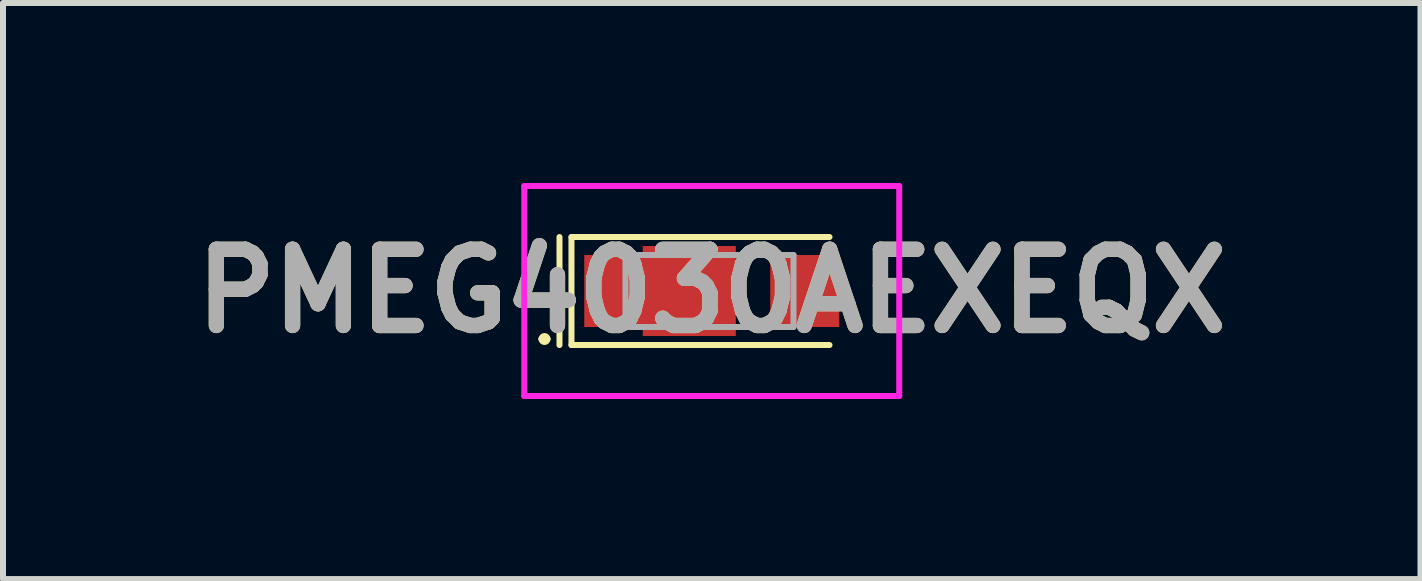
<source format=kicad_pcb>
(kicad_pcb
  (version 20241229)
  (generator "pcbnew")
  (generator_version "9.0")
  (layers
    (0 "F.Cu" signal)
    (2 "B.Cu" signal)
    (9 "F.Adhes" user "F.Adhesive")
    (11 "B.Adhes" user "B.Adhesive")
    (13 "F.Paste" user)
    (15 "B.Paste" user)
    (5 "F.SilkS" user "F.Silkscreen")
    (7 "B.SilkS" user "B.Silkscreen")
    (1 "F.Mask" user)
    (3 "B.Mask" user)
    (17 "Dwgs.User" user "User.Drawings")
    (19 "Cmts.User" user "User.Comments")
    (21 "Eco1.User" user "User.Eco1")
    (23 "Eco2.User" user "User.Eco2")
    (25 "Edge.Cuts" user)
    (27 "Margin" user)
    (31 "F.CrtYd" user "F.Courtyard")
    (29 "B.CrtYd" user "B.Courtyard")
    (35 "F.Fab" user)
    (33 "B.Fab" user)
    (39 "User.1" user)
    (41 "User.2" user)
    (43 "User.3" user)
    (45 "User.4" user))
  (footprint "PMEG4030AEXEQX"
    (layer "F.Cu")
    (at 8.774 1.8)
    (property "Reference" "PMEG4030AEXEQX" (at 0.037 0 0) (layer "F.SilkS") (effects (font (size 1.27 1.27) (thickness 0.254))))
    (attr smd)
    (fp_line (start -2.8 0.8) (end -2.8 0.8) (stroke (width 0.1) (type solid)) (layer "F.SilkS"))
    (fp_line (start -2.7 0.8) (end -2.7 0.8) (stroke (width 0.1) (type solid)) (layer "F.SilkS"))
    (fp_line (start -2.5 -0.9) (end -2.5 0.9) (stroke (width 0.1) (type default)) (layer "F.SilkS"))
    (fp_line (start -2.3 -0.9) (end -2.3 0.9) (stroke (width 0.1) (type default)) (layer "F.SilkS"))
    (fp_line (start 2 -0.9) (end -2.3 -0.9) (stroke (width 0.1) (type default)) (layer "F.SilkS"))
    (fp_line (start 2 0.9) (end -2.3 0.9) (stroke (width 0.1) (type default)) (layer "F.SilkS"))
    (fp_arc (start -2.8 0.8) (mid -2.75 0.75) (end -2.7 0.8) (stroke (width 0.1) (type solid)) (layer "F.SilkS"))
    (fp_arc (start -2.7 0.8) (mid -2.75 0.85) (end -2.8 0.8) (stroke (width 0.1) (type solid)) (layer "F.SilkS"))
    (fp_line (start -3.087 -1.75) (end 3.162 -1.75) (stroke (width 0.1) (type solid)) (layer "F.CrtYd"))
    (fp_line (start -3.087 1.75) (end -3.087 -1.75) (stroke (width 0.1) (type solid)) (layer "F.CrtYd"))
    (fp_line (start 3.162 -1.75) (end 3.162 1.75) (stroke (width 0.1) (type solid)) (layer "F.CrtYd"))
    (fp_line (start 3.162 1.75) (end -3.087 1.75) (stroke (width 0.1) (type solid)) (layer "F.CrtYd"))
    (fp_line (start -1.4 -0.6) (end 1.4 -0.6) (stroke (width 0.1) (type solid)) (layer "F.Fab"))
    (fp_line (start -1.4 0.6) (end -1.4 -0.6) (stroke (width 0.1) (type solid)) (layer "F.Fab"))
    (fp_line (start 1.4 -0.6) (end 1.4 0.6) (stroke (width 0.1) (type solid)) (layer "F.Fab"))
    (fp_line (start 1.4 0.6) (end -1.4 0.6) (stroke (width 0.1) (type solid)) (layer "F.Fab"))
    (fp_text user "${REFERENCE}" (at 0.037 0 0) (layer "F.Fab") (effects (font (size 1.27 1.27) (thickness 0.254))))
    (pad "1" smd rect (at -1.587 0) (size 1 1.2) (layers "F.Cu" "F.Mask" "F.Paste"))
    (pad "2" smd rect (at 1.587 0) (size 1.15 1.2) (layers "F.Cu" "F.Mask" "F.Paste"))
    (pad "3" smd rect (at -0.337 0 90) (size 1.5 1.55) (layers "F.Cu" "F.Mask" "F.Paste")))
  (gr_rect
    (start -3 -3)
    (end 20.623 6.6)
    (stroke (width 0.1) (type default))
    (fill no)
    (layer "Edge.Cuts")))
</source>
